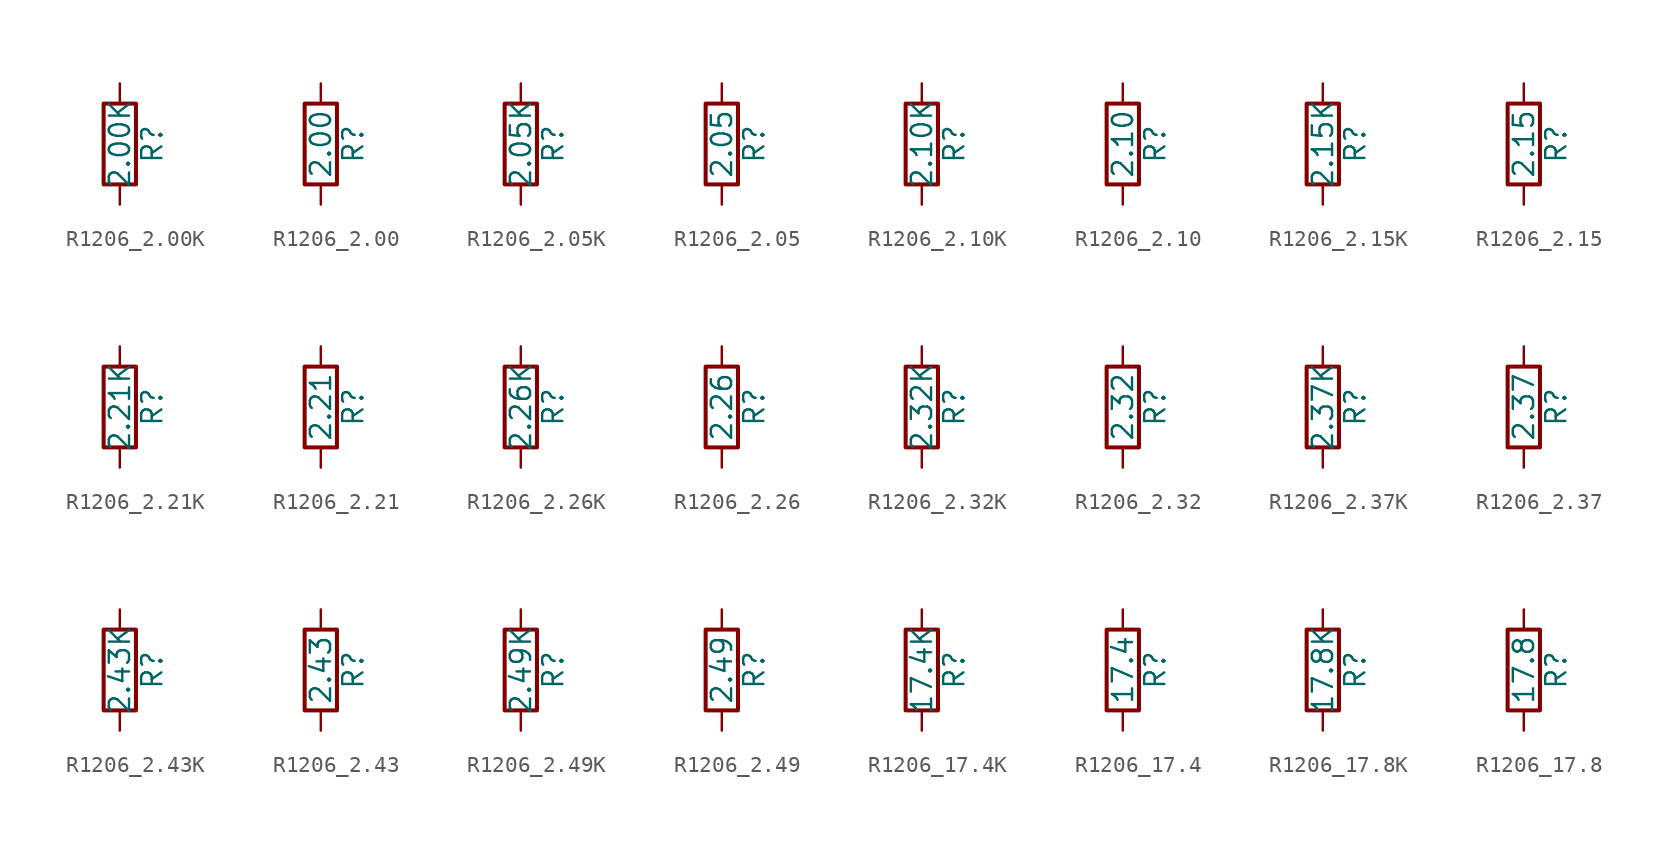
<source format=kicad_sym>
(kicad_symbol_lib
  (version 20211014)
  (generator atlantix-eda)
  (symbol "R1206_2.00K"
    (pin_numbers hide)
    (pin_names
      (offset 0))
    (property "Reference" "R"
      (at 2.032 0 90)
      (effects (font (size 1.27 1.27))))
    (property "Value" "2.00K"
      (at 0 0 90)
      (effects (font (size 1.27 1.27))))
    (symbol "R1206_2.00K_0_1"
      (rectangle (start -1.016 -2.54) (end 1.016 2.54) (stroke (width 0.254) (type default) (color 0 0 0 0)) (fill (type none))))
    (symbol "R1206_2.00K_1_1"
      (pin passive line (at 0 3.81 270) (length 1.27) (name "~" (effects (font (size 1.27 1.27)))) (number "1" (effects (font (size 1.27 1.27)))))
      (pin passive line (at 0 -3.81 90) (length 1.27) (name "~" (effects (font (size 1.27 1.27)))) (number "2" (effects (font (size 1.27 1.27)))))))
  (symbol "R1206_2.00"
    (pin_numbers hide)
    (pin_names
      (offset 0))
    (property "Reference" "R"
      (at 2.032 0 90)
      (effects (font (size 1.27 1.27))))
    (property "Value" "2.00"
      (at 0 0 90)
      (effects (font (size 1.27 1.27))))
    (symbol "R1206_2.00_0_1"
      (rectangle (start -1.016 -2.54) (end 1.016 2.54) (stroke (width 0.254) (type default) (color 0 0 0 0)) (fill (type none))))
    (symbol "R1206_2.00_1_1"
      (pin passive line (at 0 3.81 270) (length 1.27) (name "~" (effects (font (size 1.27 1.27)))) (number "1" (effects (font (size 1.27 1.27)))))
      (pin passive line (at 0 -3.81 90) (length 1.27) (name "~" (effects (font (size 1.27 1.27)))) (number "2" (effects (font (size 1.27 1.27)))))))
  (symbol "R1206_2.05K"
    (pin_numbers hide)
    (pin_names
      (offset 0))
    (property "Reference" "R"
      (at 2.032 0 90)
      (effects (font (size 1.27 1.27))))
    (property "Value" "2.05K"
      (at 0 0 90)
      (effects (font (size 1.27 1.27))))
    (symbol "R1206_2.05K_0_1"
      (rectangle (start -1.016 -2.54) (end 1.016 2.54) (stroke (width 0.254) (type default) (color 0 0 0 0)) (fill (type none))))
    (symbol "R1206_2.05K_1_1"
      (pin passive line (at 0 3.81 270) (length 1.27) (name "~" (effects (font (size 1.27 1.27)))) (number "1" (effects (font (size 1.27 1.27)))))
      (pin passive line (at 0 -3.81 90) (length 1.27) (name "~" (effects (font (size 1.27 1.27)))) (number "2" (effects (font (size 1.27 1.27)))))))
  (symbol "R1206_2.05"
    (pin_numbers hide)
    (pin_names
      (offset 0))
    (property "Reference" "R"
      (at 2.032 0 90)
      (effects (font (size 1.27 1.27))))
    (property "Value" "2.05"
      (at 0 0 90)
      (effects (font (size 1.27 1.27))))
    (symbol "R1206_2.05_0_1"
      (rectangle (start -1.016 -2.54) (end 1.016 2.54) (stroke (width 0.254) (type default) (color 0 0 0 0)) (fill (type none))))
    (symbol "R1206_2.05_1_1"
      (pin passive line (at 0 3.81 270) (length 1.27) (name "~" (effects (font (size 1.27 1.27)))) (number "1" (effects (font (size 1.27 1.27)))))
      (pin passive line (at 0 -3.81 90) (length 1.27) (name "~" (effects (font (size 1.27 1.27)))) (number "2" (effects (font (size 1.27 1.27)))))))
  (symbol "R1206_2.10K"
    (pin_numbers hide)
    (pin_names
      (offset 0))
    (property "Reference" "R"
      (at 2.032 0 90)
      (effects (font (size 1.27 1.27))))
    (property "Value" "2.10K"
      (at 0 0 90)
      (effects (font (size 1.27 1.27))))
    (symbol "R1206_2.10K_0_1"
      (rectangle (start -1.016 -2.54) (end 1.016 2.54) (stroke (width 0.254) (type default) (color 0 0 0 0)) (fill (type none))))
    (symbol "R1206_2.10K_1_1"
      (pin passive line (at 0 3.81 270) (length 1.27) (name "~" (effects (font (size 1.27 1.27)))) (number "1" (effects (font (size 1.27 1.27)))))
      (pin passive line (at 0 -3.81 90) (length 1.27) (name "~" (effects (font (size 1.27 1.27)))) (number "2" (effects (font (size 1.27 1.27)))))))
  (symbol "R1206_2.10"
    (pin_numbers hide)
    (pin_names
      (offset 0))
    (property "Reference" "R"
      (at 2.032 0 90)
      (effects (font (size 1.27 1.27))))
    (property "Value" "2.10"
      (at 0 0 90)
      (effects (font (size 1.27 1.27))))
    (symbol "R1206_2.10_0_1"
      (rectangle (start -1.016 -2.54) (end 1.016 2.54) (stroke (width 0.254) (type default) (color 0 0 0 0)) (fill (type none))))
    (symbol "R1206_2.10_1_1"
      (pin passive line (at 0 3.81 270) (length 1.27) (name "~" (effects (font (size 1.27 1.27)))) (number "1" (effects (font (size 1.27 1.27)))))
      (pin passive line (at 0 -3.81 90) (length 1.27) (name "~" (effects (font (size 1.27 1.27)))) (number "2" (effects (font (size 1.27 1.27)))))))
  (symbol "R1206_2.15K"
    (pin_numbers hide)
    (pin_names
      (offset 0))
    (property "Reference" "R"
      (at 2.032 0 90)
      (effects (font (size 1.27 1.27))))
    (property "Value" "2.15K"
      (at 0 0 90)
      (effects (font (size 1.27 1.27))))
    (symbol "R1206_2.15K_0_1"
      (rectangle (start -1.016 -2.54) (end 1.016 2.54) (stroke (width 0.254) (type default) (color 0 0 0 0)) (fill (type none))))
    (symbol "R1206_2.15K_1_1"
      (pin passive line (at 0 3.81 270) (length 1.27) (name "~" (effects (font (size 1.27 1.27)))) (number "1" (effects (font (size 1.27 1.27)))))
      (pin passive line (at 0 -3.81 90) (length 1.27) (name "~" (effects (font (size 1.27 1.27)))) (number "2" (effects (font (size 1.27 1.27)))))))
  (symbol "R1206_2.15"
    (pin_numbers hide)
    (pin_names
      (offset 0))
    (property "Reference" "R"
      (at 2.032 0 90)
      (effects (font (size 1.27 1.27))))
    (property "Value" "2.15"
      (at 0 0 90)
      (effects (font (size 1.27 1.27))))
    (symbol "R1206_2.15_0_1"
      (rectangle (start -1.016 -2.54) (end 1.016 2.54) (stroke (width 0.254) (type default) (color 0 0 0 0)) (fill (type none))))
    (symbol "R1206_2.15_1_1"
      (pin passive line (at 0 3.81 270) (length 1.27) (name "~" (effects (font (size 1.27 1.27)))) (number "1" (effects (font (size 1.27 1.27)))))
      (pin passive line (at 0 -3.81 90) (length 1.27) (name "~" (effects (font (size 1.27 1.27)))) (number "2" (effects (font (size 1.27 1.27)))))))
  (symbol "R1206_2.21K"
    (pin_numbers hide)
    (pin_names
      (offset 0))
    (property "Reference" "R"
      (at 2.032 0 90)
      (effects (font (size 1.27 1.27))))
    (property "Value" "2.21K"
      (at 0 0 90)
      (effects (font (size 1.27 1.27))))
    (symbol "R1206_2.21K_0_1"
      (rectangle (start -1.016 -2.54) (end 1.016 2.54) (stroke (width 0.254) (type default) (color 0 0 0 0)) (fill (type none))))
    (symbol "R1206_2.21K_1_1"
      (pin passive line (at 0 3.81 270) (length 1.27) (name "~" (effects (font (size 1.27 1.27)))) (number "1" (effects (font (size 1.27 1.27)))))
      (pin passive line (at 0 -3.81 90) (length 1.27) (name "~" (effects (font (size 1.27 1.27)))) (number "2" (effects (font (size 1.27 1.27)))))))
  (symbol "R1206_2.21"
    (pin_numbers hide)
    (pin_names
      (offset 0))
    (property "Reference" "R"
      (at 2.032 0 90)
      (effects (font (size 1.27 1.27))))
    (property "Value" "2.21"
      (at 0 0 90)
      (effects (font (size 1.27 1.27))))
    (symbol "R1206_2.21_0_1"
      (rectangle (start -1.016 -2.54) (end 1.016 2.54) (stroke (width 0.254) (type default) (color 0 0 0 0)) (fill (type none))))
    (symbol "R1206_2.21_1_1"
      (pin passive line (at 0 3.81 270) (length 1.27) (name "~" (effects (font (size 1.27 1.27)))) (number "1" (effects (font (size 1.27 1.27)))))
      (pin passive line (at 0 -3.81 90) (length 1.27) (name "~" (effects (font (size 1.27 1.27)))) (number "2" (effects (font (size 1.27 1.27)))))))
  (symbol "R1206_2.26K"
    (pin_numbers hide)
    (pin_names
      (offset 0))
    (property "Reference" "R"
      (at 2.032 0 90)
      (effects (font (size 1.27 1.27))))
    (property "Value" "2.26K"
      (at 0 0 90)
      (effects (font (size 1.27 1.27))))
    (symbol "R1206_2.26K_0_1"
      (rectangle (start -1.016 -2.54) (end 1.016 2.54) (stroke (width 0.254) (type default) (color 0 0 0 0)) (fill (type none))))
    (symbol "R1206_2.26K_1_1"
      (pin passive line (at 0 3.81 270) (length 1.27) (name "~" (effects (font (size 1.27 1.27)))) (number "1" (effects (font (size 1.27 1.27)))))
      (pin passive line (at 0 -3.81 90) (length 1.27) (name "~" (effects (font (size 1.27 1.27)))) (number "2" (effects (font (size 1.27 1.27)))))))
  (symbol "R1206_2.26"
    (pin_numbers hide)
    (pin_names
      (offset 0))
    (property "Reference" "R"
      (at 2.032 0 90)
      (effects (font (size 1.27 1.27))))
    (property "Value" "2.26"
      (at 0 0 90)
      (effects (font (size 1.27 1.27))))
    (symbol "R1206_2.26_0_1"
      (rectangle (start -1.016 -2.54) (end 1.016 2.54) (stroke (width 0.254) (type default) (color 0 0 0 0)) (fill (type none))))
    (symbol "R1206_2.26_1_1"
      (pin passive line (at 0 3.81 270) (length 1.27) (name "~" (effects (font (size 1.27 1.27)))) (number "1" (effects (font (size 1.27 1.27)))))
      (pin passive line (at 0 -3.81 90) (length 1.27) (name "~" (effects (font (size 1.27 1.27)))) (number "2" (effects (font (size 1.27 1.27)))))))
  (symbol "R1206_2.32K"
    (pin_numbers hide)
    (pin_names
      (offset 0))
    (property "Reference" "R"
      (at 2.032 0 90)
      (effects (font (size 1.27 1.27))))
    (property "Value" "2.32K"
      (at 0 0 90)
      (effects (font (size 1.27 1.27))))
    (symbol "R1206_2.32K_0_1"
      (rectangle (start -1.016 -2.54) (end 1.016 2.54) (stroke (width 0.254) (type default) (color 0 0 0 0)) (fill (type none))))
    (symbol "R1206_2.32K_1_1"
      (pin passive line (at 0 3.81 270) (length 1.27) (name "~" (effects (font (size 1.27 1.27)))) (number "1" (effects (font (size 1.27 1.27)))))
      (pin passive line (at 0 -3.81 90) (length 1.27) (name "~" (effects (font (size 1.27 1.27)))) (number "2" (effects (font (size 1.27 1.27)))))))
  (symbol "R1206_2.32"
    (pin_numbers hide)
    (pin_names
      (offset 0))
    (property "Reference" "R"
      (at 2.032 0 90)
      (effects (font (size 1.27 1.27))))
    (property "Value" "2.32"
      (at 0 0 90)
      (effects (font (size 1.27 1.27))))
    (symbol "R1206_2.32_0_1"
      (rectangle (start -1.016 -2.54) (end 1.016 2.54) (stroke (width 0.254) (type default) (color 0 0 0 0)) (fill (type none))))
    (symbol "R1206_2.32_1_1"
      (pin passive line (at 0 3.81 270) (length 1.27) (name "~" (effects (font (size 1.27 1.27)))) (number "1" (effects (font (size 1.27 1.27)))))
      (pin passive line (at 0 -3.81 90) (length 1.27) (name "~" (effects (font (size 1.27 1.27)))) (number "2" (effects (font (size 1.27 1.27)))))))
  (symbol "R1206_2.37K"
    (pin_numbers hide)
    (pin_names
      (offset 0))
    (property "Reference" "R"
      (at 2.032 0 90)
      (effects (font (size 1.27 1.27))))
    (property "Value" "2.37K"
      (at 0 0 90)
      (effects (font (size 1.27 1.27))))
    (symbol "R1206_2.37K_0_1"
      (rectangle (start -1.016 -2.54) (end 1.016 2.54) (stroke (width 0.254) (type default) (color 0 0 0 0)) (fill (type none))))
    (symbol "R1206_2.37K_1_1"
      (pin passive line (at 0 3.81 270) (length 1.27) (name "~" (effects (font (size 1.27 1.27)))) (number "1" (effects (font (size 1.27 1.27)))))
      (pin passive line (at 0 -3.81 90) (length 1.27) (name "~" (effects (font (size 1.27 1.27)))) (number "2" (effects (font (size 1.27 1.27)))))))
  (symbol "R1206_2.37"
    (pin_numbers hide)
    (pin_names
      (offset 0))
    (property "Reference" "R"
      (at 2.032 0 90)
      (effects (font (size 1.27 1.27))))
    (property "Value" "2.37"
      (at 0 0 90)
      (effects (font (size 1.27 1.27))))
    (symbol "R1206_2.37_0_1"
      (rectangle (start -1.016 -2.54) (end 1.016 2.54) (stroke (width 0.254) (type default) (color 0 0 0 0)) (fill (type none))))
    (symbol "R1206_2.37_1_1"
      (pin passive line (at 0 3.81 270) (length 1.27) (name "~" (effects (font (size 1.27 1.27)))) (number "1" (effects (font (size 1.27 1.27)))))
      (pin passive line (at 0 -3.81 90) (length 1.27) (name "~" (effects (font (size 1.27 1.27)))) (number "2" (effects (font (size 1.27 1.27)))))))
  (symbol "R1206_2.43K"
    (pin_numbers hide)
    (pin_names
      (offset 0))
    (property "Reference" "R"
      (at 2.032 0 90)
      (effects (font (size 1.27 1.27))))
    (property "Value" "2.43K"
      (at 0 0 90)
      (effects (font (size 1.27 1.27))))
    (symbol "R1206_2.43K_0_1"
      (rectangle (start -1.016 -2.54) (end 1.016 2.54) (stroke (width 0.254) (type default) (color 0 0 0 0)) (fill (type none))))
    (symbol "R1206_2.43K_1_1"
      (pin passive line (at 0 3.81 270) (length 1.27) (name "~" (effects (font (size 1.27 1.27)))) (number "1" (effects (font (size 1.27 1.27)))))
      (pin passive line (at 0 -3.81 90) (length 1.27) (name "~" (effects (font (size 1.27 1.27)))) (number "2" (effects (font (size 1.27 1.27)))))))
  (symbol "R1206_2.43"
    (pin_numbers hide)
    (pin_names
      (offset 0))
    (property "Reference" "R"
      (at 2.032 0 90)
      (effects (font (size 1.27 1.27))))
    (property "Value" "2.43"
      (at 0 0 90)
      (effects (font (size 1.27 1.27))))
    (symbol "R1206_2.43_0_1"
      (rectangle (start -1.016 -2.54) (end 1.016 2.54) (stroke (width 0.254) (type default) (color 0 0 0 0)) (fill (type none))))
    (symbol "R1206_2.43_1_1"
      (pin passive line (at 0 3.81 270) (length 1.27) (name "~" (effects (font (size 1.27 1.27)))) (number "1" (effects (font (size 1.27 1.27)))))
      (pin passive line (at 0 -3.81 90) (length 1.27) (name "~" (effects (font (size 1.27 1.27)))) (number "2" (effects (font (size 1.27 1.27)))))))
  (symbol "R1206_2.49K"
    (pin_numbers hide)
    (pin_names
      (offset 0))
    (property "Reference" "R"
      (at 2.032 0 90)
      (effects (font (size 1.27 1.27))))
    (property "Value" "2.49K"
      (at 0 0 90)
      (effects (font (size 1.27 1.27))))
    (symbol "R1206_2.49K_0_1"
      (rectangle (start -1.016 -2.54) (end 1.016 2.54) (stroke (width 0.254) (type default) (color 0 0 0 0)) (fill (type none))))
    (symbol "R1206_2.49K_1_1"
      (pin passive line (at 0 3.81 270) (length 1.27) (name "~" (effects (font (size 1.27 1.27)))) (number "1" (effects (font (size 1.27 1.27)))))
      (pin passive line (at 0 -3.81 90) (length 1.27) (name "~" (effects (font (size 1.27 1.27)))) (number "2" (effects (font (size 1.27 1.27)))))))
  (symbol "R1206_2.49"
    (pin_numbers hide)
    (pin_names
      (offset 0))
    (property "Reference" "R"
      (at 2.032 0 90)
      (effects (font (size 1.27 1.27))))
    (property "Value" "2.49"
      (at 0 0 90)
      (effects (font (size 1.27 1.27))))
    (symbol "R1206_2.49_0_1"
      (rectangle (start -1.016 -2.54) (end 1.016 2.54) (stroke (width 0.254) (type default) (color 0 0 0 0)) (fill (type none))))
    (symbol "R1206_2.49_1_1"
      (pin passive line (at 0 3.81 270) (length 1.27) (name "~" (effects (font (size 1.27 1.27)))) (number "1" (effects (font (size 1.27 1.27)))))
      (pin passive line (at 0 -3.81 90) (length 1.27) (name "~" (effects (font (size 1.27 1.27)))) (number "2" (effects (font (size 1.27 1.27)))))))
  (symbol "R1206_17.4K"
    (pin_numbers hide)
    (pin_names
      (offset 0))
    (property "Reference" "R"
      (at 2.032 0 90)
      (effects (font (size 1.27 1.27))))
    (property "Value" "17.4K"
      (at 0 0 90)
      (effects (font (size 1.27 1.27))))
    (symbol "R1206_17.4K_0_1"
      (rectangle (start -1.016 -2.54) (end 1.016 2.54) (stroke (width 0.254) (type default) (color 0 0 0 0)) (fill (type none))))
    (symbol "R1206_17.4K_1_1"
      (pin passive line (at 0 3.81 270) (length 1.27) (name "~" (effects (font (size 1.27 1.27)))) (number "1" (effects (font (size 1.27 1.27)))))
      (pin passive line (at 0 -3.81 90) (length 1.27) (name "~" (effects (font (size 1.27 1.27)))) (number "2" (effects (font (size 1.27 1.27)))))))
  (symbol "R1206_17.4"
    (pin_numbers hide)
    (pin_names
      (offset 0))
    (property "Reference" "R"
      (at 2.032 0 90)
      (effects (font (size 1.27 1.27))))
    (property "Value" "17.4"
      (at 0 0 90)
      (effects (font (size 1.27 1.27))))
    (symbol "R1206_17.4_0_1"
      (rectangle (start -1.016 -2.54) (end 1.016 2.54) (stroke (width 0.254) (type default) (color 0 0 0 0)) (fill (type none))))
    (symbol "R1206_17.4_1_1"
      (pin passive line (at 0 3.81 270) (length 1.27) (name "~" (effects (font (size 1.27 1.27)))) (number "1" (effects (font (size 1.27 1.27)))))
      (pin passive line (at 0 -3.81 90) (length 1.27) (name "~" (effects (font (size 1.27 1.27)))) (number "2" (effects (font (size 1.27 1.27)))))))
  (symbol "R1206_17.8K"
    (pin_numbers hide)
    (pin_names
      (offset 0))
    (property "Reference" "R"
      (at 2.032 0 90)
      (effects (font (size 1.27 1.27))))
    (property "Value" "17.8K"
      (at 0 0 90)
      (effects (font (size 1.27 1.27))))
    (symbol "R1206_17.8K_0_1"
      (rectangle (start -1.016 -2.54) (end 1.016 2.54) (stroke (width 0.254) (type default) (color 0 0 0 0)) (fill (type none))))
    (symbol "R1206_17.8K_1_1"
      (pin passive line (at 0 3.81 270) (length 1.27) (name "~" (effects (font (size 1.27 1.27)))) (number "1" (effects (font (size 1.27 1.27)))))
      (pin passive line (at 0 -3.81 90) (length 1.27) (name "~" (effects (font (size 1.27 1.27)))) (number "2" (effects (font (size 1.27 1.27)))))))
  (symbol "R1206_17.8"
    (pin_numbers hide)
    (pin_names
      (offset 0))
    (property "Reference" "R"
      (at 2.032 0 90)
      (effects (font (size 1.27 1.27))))
    (property "Value" "17.8"
      (at 0 0 90)
      (effects (font (size 1.27 1.27))))
    (symbol "R1206_17.8_0_1"
      (rectangle (start -1.016 -2.54) (end 1.016 2.54) (stroke (width 0.254) (type default) (color 0 0 0 0)) (fill (type none))))
    (symbol "R1206_17.8_1_1"
      (pin passive line (at 0 3.81 270) (length 1.27) (name "~" (effects (font (size 1.27 1.27)))) (number "1" (effects (font (size 1.27 1.27)))))
      (pin passive line (at 0 -3.81 90) (length 1.27) (name "~" (effects (font (size 1.27 1.27)))) (number "2" (effects (font (size 1.27 1.27))))))))
</source>
